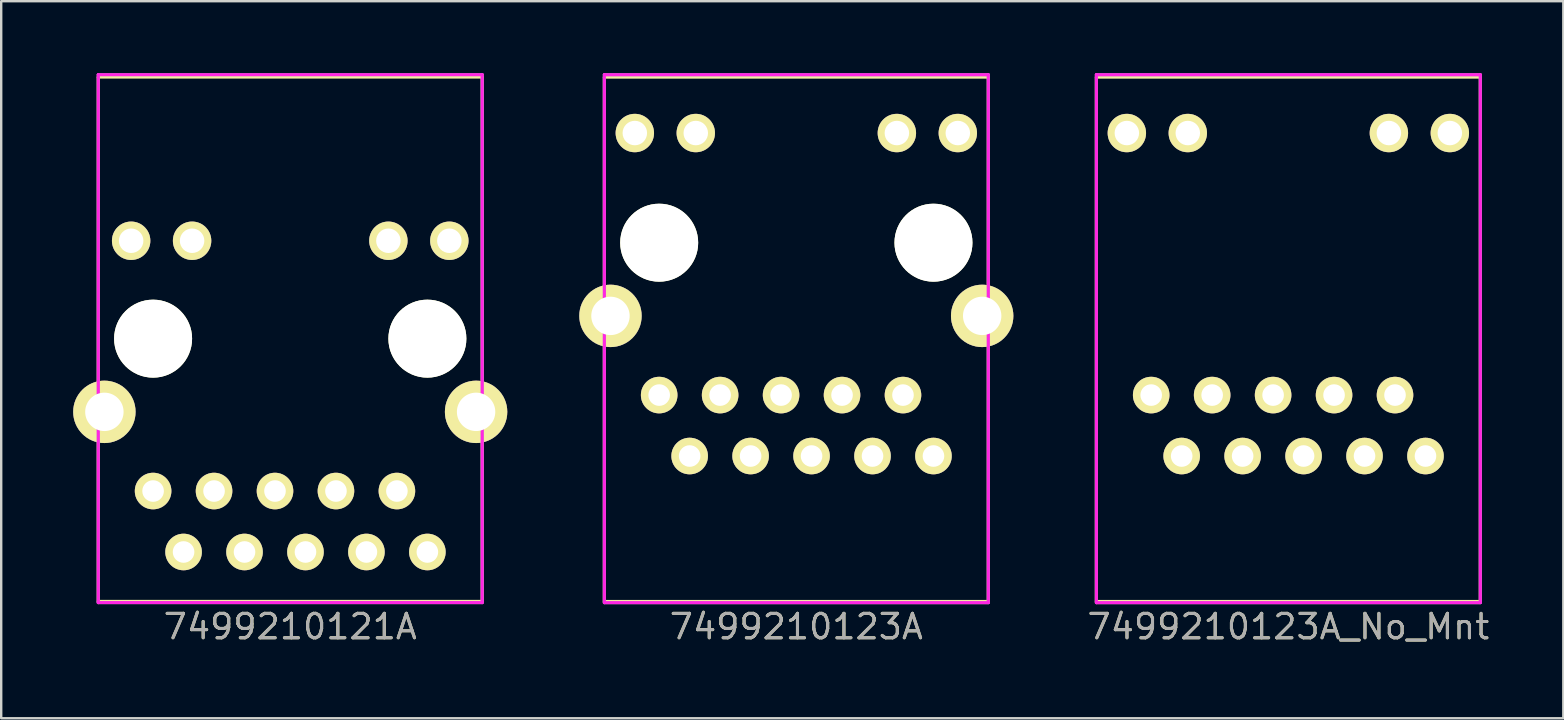
<source format=kicad_pcb>
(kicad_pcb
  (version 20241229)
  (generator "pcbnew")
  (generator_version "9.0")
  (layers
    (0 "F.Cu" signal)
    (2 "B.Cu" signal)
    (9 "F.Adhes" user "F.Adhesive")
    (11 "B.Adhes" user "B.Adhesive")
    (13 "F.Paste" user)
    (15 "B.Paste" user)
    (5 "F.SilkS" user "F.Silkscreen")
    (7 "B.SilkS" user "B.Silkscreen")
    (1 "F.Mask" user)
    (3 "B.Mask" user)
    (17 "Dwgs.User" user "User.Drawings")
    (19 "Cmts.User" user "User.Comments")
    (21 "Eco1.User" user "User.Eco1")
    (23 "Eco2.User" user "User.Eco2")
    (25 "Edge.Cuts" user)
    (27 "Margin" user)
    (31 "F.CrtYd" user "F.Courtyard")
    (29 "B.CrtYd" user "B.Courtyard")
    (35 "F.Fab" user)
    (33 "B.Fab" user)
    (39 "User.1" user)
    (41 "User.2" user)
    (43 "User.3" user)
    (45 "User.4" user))
  (footprint "7499210123A"
    (layer "F.Cu")
    (at 30.135 7.064)
    (property "Reference" "7499210123A" (at 0 16 0) (layer "F.SilkS") (effects (font (size 1.016 1.016) (thickness 0.127))))
    (attr through_hole)
    (fp_line (start -8 -6.9) (end -8 14.95) (stroke (width 0.127) (type solid)) (layer "F.SilkS"))
    (fp_line (start -8 -6.9) (end 8 -6.9) (stroke (width 0.127) (type solid)) (layer "F.SilkS"))
    (fp_line (start -8 14.95) (end 8 14.95) (stroke (width 0.127) (type solid)) (layer "F.SilkS"))
    (fp_line (start 8 14.95) (end 8 -6.9) (stroke (width 0.127) (type solid)) (layer "F.SilkS"))
    (fp_line (start -8 -7) (end -8 15) (stroke (width 0.127) (type solid)) (layer "F.CrtYd"))
    (fp_line (start -8 15) (end 8 15) (stroke (width 0.127) (type solid)) (layer "F.CrtYd"))
    (fp_line (start 8 -7) (end -8 -7) (stroke (width 0.127) (type solid)) (layer "F.CrtYd"))
    (fp_line (start 8 15) (end 8 -7) (stroke (width 0.127) (type solid)) (layer "F.CrtYd"))
    (fp_line (start -8 -7) (end -8 15) (stroke (width 0.127) (type solid)) (layer "F.Fab"))
    (fp_line (start -8 15) (end 8 15) (stroke (width 0.127) (type solid)) (layer "F.Fab"))
    (fp_line (start 8 -7) (end -8 -7) (stroke (width 0.127) (type solid)) (layer "F.Fab"))
    (fp_line (start 8 15) (end 8 -7) (stroke (width 0.127) (type solid)) (layer "F.Fab"))
    (fp_text user "${REFERENCE}" (at 0 16 0) (layer "F.Fab") (effects (font (size 1.016 1.016) (thickness 0.127))))
    (pad "" np_thru_hole circle (at -5.715 0) (size 3.25 3.25) (drill 3.25) (layers "*.Cu" "*.Mask" "F.SilkS"))
    (pad "" np_thru_hole circle (at 5.715 0) (size 3.25 3.25) (drill 3.25) (layers "*.Cu" "*.Mask" "F.SilkS"))
    (pad "1" thru_hole circle (at 5.715 8.89) (size 1.524 1.524) (drill 0.9) (layers "*.Cu" "*.Mask" "F.SilkS"))
    (pad "2" thru_hole circle (at 4.445 6.35) (size 1.524 1.524) (drill 0.9) (layers "*.Cu" "*.Mask" "F.SilkS"))
    (pad "3" thru_hole circle (at 3.175 8.89) (size 1.524 1.524) (drill 0.9) (layers "*.Cu" "*.Mask" "F.SilkS"))
    (pad "4" thru_hole circle (at 1.905 6.35) (size 1.524 1.524) (drill 0.9) (layers "*.Cu" "*.Mask" "F.SilkS"))
    (pad "5" thru_hole circle (at 0.635 8.89) (size 1.524 1.524) (drill 0.9) (layers "*.Cu" "*.Mask" "F.SilkS"))
    (pad "6" thru_hole circle (at -0.635 6.35) (size 1.524 1.524) (drill 0.9) (layers "*.Cu" "*.Mask" "F.SilkS"))
    (pad "7" thru_hole circle (at -1.905 8.89) (size 1.524 1.524) (drill 0.9) (layers "*.Cu" "*.Mask" "F.SilkS"))
    (pad "8" thru_hole circle (at -3.175 6.35) (size 1.524 1.524) (drill 0.9) (layers "*.Cu" "*.Mask" "F.SilkS"))
    (pad "9" thru_hole circle (at -4.445 8.89) (size 1.524 1.524) (drill 0.9) (layers "*.Cu" "*.Mask" "F.SilkS"))
    (pad "10" thru_hole circle (at -5.715 6.35) (size 1.524 1.524) (drill 0.9) (layers "*.Cu" "*.Mask" "F.SilkS"))
    (pad "11" thru_hole circle (at 6.73 -4.57) (size 1.6 1.6) (drill 1.02) (layers "*.Cu" "*.Mask" "F.SilkS"))
    (pad "12" thru_hole circle (at 4.19 -4.57) (size 1.6 1.6) (drill 1.02) (layers "*.Cu" "*.Mask" "F.SilkS"))
    (pad "13" thru_hole circle (at -4.19 -4.57) (size 1.6 1.6) (drill 1.02) (layers "*.Cu" "*.Mask" "F.SilkS"))
    (pad "14" thru_hole circle (at -6.73 -4.57) (size 1.6 1.6) (drill 1.02) (layers "*.Cu" "*.Mask" "F.SilkS"))
    (pad "15" thru_hole circle (at -7.745 3.05) (size 2.6 2.6) (drill 1.6) (layers "*.Cu" "*.Mask" "F.SilkS"))
    (pad "16" thru_hole circle (at 7.745 3.05) (size 2.6 2.6) (drill 1.6) (layers "*.Cu" "*.Mask" "F.SilkS")))
  (footprint "7499210123A_No_Mnt"
    (layer "F.Cu")
    (at 50.639 7.064)
    (property "Reference" "7499210123A_No_Mnt" (at 0 16 0) (layer "F.SilkS") (effects (font (size 1.016 1.016) (thickness 0.127))))
    (attr through_hole)
    (fp_line (start -8 -6.9) (end -8 14.95) (stroke (width 0.127) (type solid)) (layer "F.SilkS"))
    (fp_line (start -8 -6.9) (end 8 -6.9) (stroke (width 0.127) (type solid)) (layer "F.SilkS"))
    (fp_line (start -8 14.95) (end 8 14.95) (stroke (width 0.127) (type solid)) (layer "F.SilkS"))
    (fp_line (start 8 14.95) (end 8 -6.9) (stroke (width 0.127) (type solid)) (layer "F.SilkS"))
    (fp_line (start -8 -7) (end -8 15) (stroke (width 0.127) (type solid)) (layer "F.CrtYd"))
    (fp_line (start -8 15) (end 8 15) (stroke (width 0.127) (type solid)) (layer "F.CrtYd"))
    (fp_line (start 8 -7) (end -8 -7) (stroke (width 0.127) (type solid)) (layer "F.CrtYd"))
    (fp_line (start 8 15) (end 8 -7) (stroke (width 0.127) (type solid)) (layer "F.CrtYd"))
    (fp_line (start -8 -7) (end -8 15) (stroke (width 0.127) (type solid)) (layer "F.Fab"))
    (fp_line (start -8 15) (end 8 15) (stroke (width 0.127) (type solid)) (layer "F.Fab"))
    (fp_line (start 8 -7) (end -8 -7) (stroke (width 0.127) (type solid)) (layer "F.Fab"))
    (fp_line (start 8 15) (end 8 -7) (stroke (width 0.127) (type solid)) (layer "F.Fab"))
    (fp_text user "${REFERENCE}" (at 0 16 0) (layer "F.Fab") (effects (font (size 1.016 1.016) (thickness 0.127))))
    (pad "1" thru_hole circle (at 5.715 8.89) (size 1.524 1.524) (drill 0.9) (layers "*.Cu" "*.Mask" "F.SilkS"))
    (pad "2" thru_hole circle (at 4.445 6.35) (size 1.524 1.524) (drill 0.9) (layers "*.Cu" "*.Mask" "F.SilkS"))
    (pad "3" thru_hole circle (at 3.175 8.89) (size 1.524 1.524) (drill 0.9) (layers "*.Cu" "*.Mask" "F.SilkS"))
    (pad "4" thru_hole circle (at 1.905 6.35) (size 1.524 1.524) (drill 0.9) (layers "*.Cu" "*.Mask" "F.SilkS"))
    (pad "5" thru_hole circle (at 0.635 8.89) (size 1.524 1.524) (drill 0.9) (layers "*.Cu" "*.Mask" "F.SilkS"))
    (pad "6" thru_hole circle (at -0.635 6.35) (size 1.524 1.524) (drill 0.9) (layers "*.Cu" "*.Mask" "F.SilkS"))
    (pad "7" thru_hole circle (at -1.905 8.89) (size 1.524 1.524) (drill 0.9) (layers "*.Cu" "*.Mask" "F.SilkS"))
    (pad "8" thru_hole circle (at -3.175 6.35) (size 1.524 1.524) (drill 0.9) (layers "*.Cu" "*.Mask" "F.SilkS"))
    (pad "9" thru_hole circle (at -4.445 8.89) (size 1.524 1.524) (drill 0.9) (layers "*.Cu" "*.Mask" "F.SilkS"))
    (pad "10" thru_hole circle (at -5.715 6.35) (size 1.524 1.524) (drill 0.9) (layers "*.Cu" "*.Mask" "F.SilkS"))
    (pad "11" thru_hole circle (at 6.73 -4.57) (size 1.6 1.6) (drill 1.02) (layers "*.Cu" "*.Mask" "F.SilkS"))
    (pad "12" thru_hole circle (at 4.19 -4.57) (size 1.6 1.6) (drill 1.02) (layers "*.Cu" "*.Mask" "F.SilkS"))
    (pad "13" thru_hole circle (at -4.19 -4.57) (size 1.6 1.6) (drill 1.02) (layers "*.Cu" "*.Mask" "F.SilkS"))
    (pad "14" thru_hole circle (at -6.73 -4.57) (size 1.6 1.6) (drill 1.02) (layers "*.Cu" "*.Mask" "F.SilkS")))
  (footprint "7499210121A"
    (layer "F.Cu")
    (at 9.045 11.063)
    (property "Reference" "7499210121A" (at 0 12 0) (layer "F.SilkS") (effects (font (size 1.016 1.016) (thickness 0.127))))
    (attr through_hole)
    (fp_line (start -8 -10.9) (end -8 10.95) (stroke (width 0.127) (type solid)) (layer "F.SilkS"))
    (fp_line (start -8 -10.9) (end 8 -10.9) (stroke (width 0.127) (type solid)) (layer "F.SilkS"))
    (fp_line (start -8 10.95) (end 8 10.95) (stroke (width 0.127) (type solid)) (layer "F.SilkS"))
    (fp_line (start 8 10.95) (end 8 -10.9) (stroke (width 0.127) (type solid)) (layer "F.SilkS"))
    (fp_line (start -8 -11) (end -8 11) (stroke (width 0.127) (type solid)) (layer "F.CrtYd"))
    (fp_line (start -8 11) (end 8 11) (stroke (width 0.127) (type solid)) (layer "F.CrtYd"))
    (fp_line (start 8 -11) (end -8 -11) (stroke (width 0.127) (type solid)) (layer "F.CrtYd"))
    (fp_line (start 8 11) (end 8 -11) (stroke (width 0.127) (type solid)) (layer "F.CrtYd"))
    (fp_line (start -8 -11) (end -8 11) (stroke (width 0.127) (type solid)) (layer "F.Fab"))
    (fp_line (start -8 11) (end 8 11) (stroke (width 0.127) (type solid)) (layer "F.Fab"))
    (fp_line (start 8 -11) (end -8 -11) (stroke (width 0.127) (type solid)) (layer "F.Fab"))
    (fp_line (start 8 11) (end 8 -11) (stroke (width 0.127) (type solid)) (layer "F.Fab"))
    (fp_text user "${REFERENCE}" (at 0 12 0) (layer "F.Fab") (effects (font (size 1.016 1.016) (thickness 0.127))))
    (pad "" np_thru_hole circle (at -5.715 0) (size 3.25 3.25) (drill 3.25) (layers "*.Cu" "*.Mask" "F.SilkS"))
    (pad "" np_thru_hole circle (at 5.715 0) (size 3.25 3.25) (drill 3.25) (layers "*.Cu" "*.Mask" "F.SilkS"))
    (pad "1" thru_hole circle (at 5.715 8.89) (size 1.524 1.524) (drill 0.9) (layers "*.Cu" "*.Mask" "F.SilkS"))
    (pad "2" thru_hole circle (at 4.445 6.35) (size 1.524 1.524) (drill 0.9) (layers "*.Cu" "*.Mask" "F.SilkS"))
    (pad "3" thru_hole circle (at 3.175 8.89) (size 1.524 1.524) (drill 0.9) (layers "*.Cu" "*.Mask" "F.SilkS"))
    (pad "4" thru_hole circle (at 1.905 6.35) (size 1.524 1.524) (drill 0.9) (layers "*.Cu" "*.Mask" "F.SilkS"))
    (pad "5" thru_hole circle (at 0.635 8.89) (size 1.524 1.524) (drill 0.9) (layers "*.Cu" "*.Mask" "F.SilkS"))
    (pad "6" thru_hole circle (at -0.635 6.35) (size 1.524 1.524) (drill 0.9) (layers "*.Cu" "*.Mask" "F.SilkS"))
    (pad "7" thru_hole circle (at -1.905 8.89) (size 1.524 1.524) (drill 0.9) (layers "*.Cu" "*.Mask" "F.SilkS"))
    (pad "8" thru_hole circle (at -3.175 6.35) (size 1.524 1.524) (drill 0.9) (layers "*.Cu" "*.Mask" "F.SilkS"))
    (pad "9" thru_hole circle (at -4.445 8.89) (size 1.524 1.524) (drill 0.9) (layers "*.Cu" "*.Mask" "F.SilkS"))
    (pad "10" thru_hole circle (at -5.715 6.35) (size 1.524 1.524) (drill 0.9) (layers "*.Cu" "*.Mask" "F.SilkS"))
    (pad "11" thru_hole circle (at 6.63 -4.08) (size 1.6 1.6) (drill 1.02) (layers "*.Cu" "*.Mask" "F.SilkS"))
    (pad "12" thru_hole circle (at 4.09 -4.08) (size 1.6 1.6) (drill 1.02) (layers "*.Cu" "*.Mask" "F.SilkS"))
    (pad "13" thru_hole circle (at -4.09 -4.08) (size 1.6 1.6) (drill 1.02) (layers "*.Cu" "*.Mask" "F.SilkS"))
    (pad "14" thru_hole circle (at -6.63 -4.08) (size 1.6 1.6) (drill 1.02) (layers "*.Cu" "*.Mask" "F.SilkS"))
    (pad "15" thru_hole circle (at -7.745 3.05) (size 2.6 2.6) (drill 1.6) (layers "*.Cu" "*.Mask" "F.SilkS"))
    (pad "16" thru_hole circle (at 7.745 3.05) (size 2.6 2.6) (drill 1.6) (layers "*.Cu" "*.Mask" "F.SilkS")))
  (gr_rect
    (start -3 -3)
    (end 62.098 26.881)
    (stroke (width 0.1) (type default))
    (fill no)
    (layer "Edge.Cuts")))
</source>
